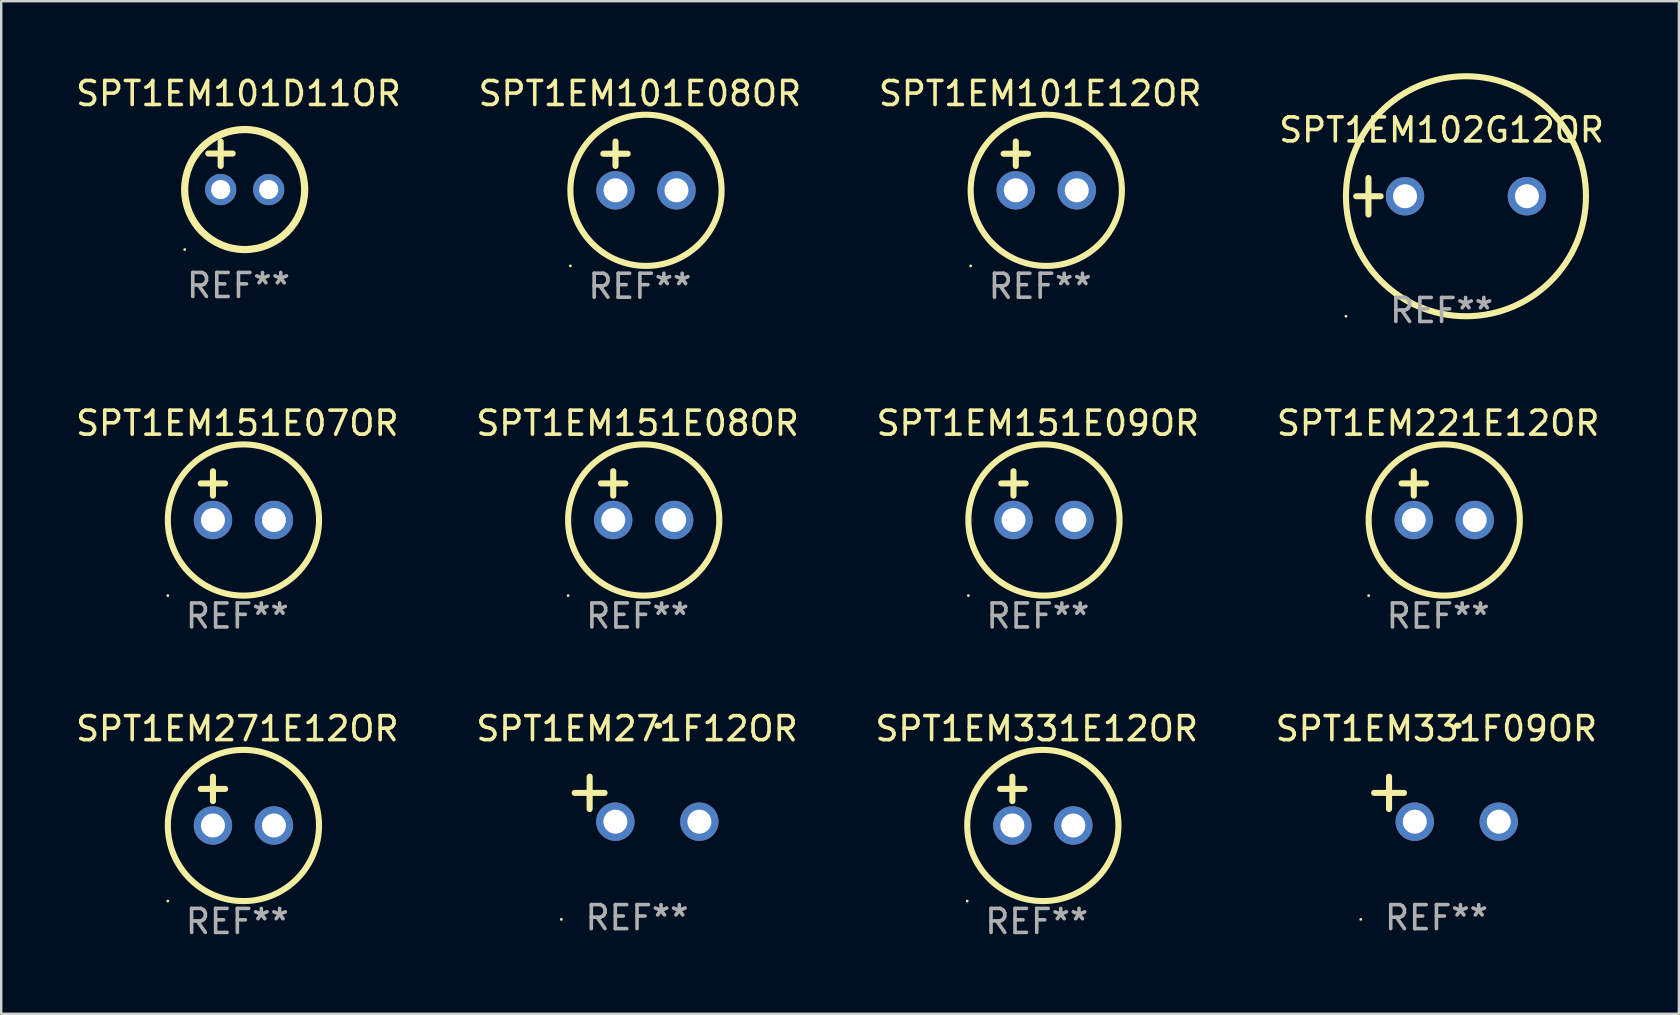
<source format=kicad_pcb>
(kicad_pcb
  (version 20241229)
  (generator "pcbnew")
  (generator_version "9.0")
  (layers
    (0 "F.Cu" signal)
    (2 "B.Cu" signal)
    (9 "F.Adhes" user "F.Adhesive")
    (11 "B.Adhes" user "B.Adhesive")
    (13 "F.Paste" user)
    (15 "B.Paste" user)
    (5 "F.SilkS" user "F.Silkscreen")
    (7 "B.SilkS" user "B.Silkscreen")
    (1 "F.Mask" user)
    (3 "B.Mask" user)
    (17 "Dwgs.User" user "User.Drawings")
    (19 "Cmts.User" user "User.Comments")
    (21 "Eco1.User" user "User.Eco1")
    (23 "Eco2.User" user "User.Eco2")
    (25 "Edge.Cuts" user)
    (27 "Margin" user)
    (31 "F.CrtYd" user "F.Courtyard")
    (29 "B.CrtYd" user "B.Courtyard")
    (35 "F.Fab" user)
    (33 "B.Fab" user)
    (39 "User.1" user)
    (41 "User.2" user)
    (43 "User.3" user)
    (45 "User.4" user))
  (footprint "SPT1EM101D11OR"
    (layer "F.Cu")
    (at 6.887 3.848)
    (property "Reference" "SPT1EM101D11OR" (at 0 -3 0) (layer "F.SilkS") (effects (font (size 1 1) (thickness 0.15))))
    (attr through_hole)
    (fp_line (start -1.258 -0.5) (end -0.242 -0.5) (stroke (width 0.254) (type solid)) (layer "F.SilkS"))
    (fp_line (start -0.742 -1) (end -0.742 0.016) (stroke (width 0.254) (type solid)) (layer "F.SilkS"))
    (fp_circle (center -2.242 3.5) (end -2.212 3.5) (stroke (width 0.06) (type solid)) (fill no) (layer "F.SilkS"))
    (fp_circle (center 0.258 1) (end 2.758 1) (stroke (width 0.3) (type solid)) (fill no) (layer "F.SilkS"))
    (fp_text user "REF**" (at 0 5 0) (layer "F.Fab") (effects (font (size 1 1) (thickness 0.15))))
    (pad "1" thru_hole circle (at -0.742 1) (size 1.3 1.3) (drill 0.8) (layers "*.Cu" "*.Mask"))
    (pad "2" thru_hole circle (at 1.258 1) (size 1.3 1.3) (drill 0.8) (layers "*.Cu" "*.Mask")))
  (footprint "SPT1EM101E12OR"
    (layer "F.Cu")
    (at 40.292 3.864)
    (property "Reference" "SPT1EM101E12OR" (at 0 -3.016 0) (layer "F.SilkS") (effects (font (size 1 1) (thickness 0.15))))
    (attr through_hole)
    (fp_line (start -1.524 -0.508) (end -0.508 -0.508) (stroke (width 0.254) (type solid)) (layer "F.SilkS"))
    (fp_line (start -1.016 -1.016) (end -1.016 0) (stroke (width 0.254) (type solid)) (layer "F.SilkS"))
    (fp_circle (center -2.896 4.166) (end -2.866 4.166) (stroke (width 0.06) (type solid)) (fill no) (layer "F.SilkS"))
    (fp_circle (center 0.254 1.016) (end 3.404 1.016) (stroke (width 0.254) (type solid)) (fill no) (layer "F.SilkS"))
    (fp_text user "REF**" (at 0 5.016 0) (layer "F.Fab") (effects (font (size 1 1) (thickness 0.15))))
    (pad "1" thru_hole circle (at -1.016 1.016) (size 1.6 1.6) (drill 1) (layers "*.Cu" "*.Mask"))
    (pad "2" thru_hole circle (at 1.524 1.016) (size 1.6 1.6) (drill 1) (layers "*.Cu" "*.Mask")))
  (footprint "SPT1EM271F12OR"
    (layer "F.Cu")
    (at 23.494 30.251)
    (property "Reference" "SPT1EM271F12OR" (at 0 -2.937 0) (layer "F.SilkS") (effects (font (size 1 1) (thickness 0.15))))
    (attr through_hole)
    (fp_line (start -1.975 0.41) (end -1.975 -0.937) (stroke (width 0.254) (type solid)) (layer "F.SilkS"))
    (fp_line (start -1.353 -0.263) (end -2.597 -0.263) (stroke (width 0.254) (type solid)) (layer "F.SilkS"))
    (fp_arc (start 0.849809 -3.063957) (mid 0.885369 -3.064114) (end 0.920929 -3.063957) (stroke (width 0.254001) (type solid)) (layer "F.SilkS"))
    (fp_circle (center -3.154 5.008) (end -3.124 5.008) (stroke (width 0.06) (type solid)) (fill no) (layer "F.SilkS"))
    (fp_text user "REF**" (at 0 4.937 0) (layer "F.Fab") (effects (font (size 1 1) (thickness 0.15))))
    (pad "1" thru_hole circle (at -0.903 0.937) (size 1.6 1.6) (drill 1) (layers "*.Cu" "*.Mask"))
    (pad "2" thru_hole circle (at 2.597 0.937) (size 1.6 1.6) (drill 1) (layers "*.Cu" "*.Mask")))
  (footprint "SPT1EM331E12OR"
    (layer "F.Cu")
    (at 40.149 30.33)
    (property "Reference" "SPT1EM331E12OR" (at 0 -3.016 0) (layer "F.SilkS") (effects (font (size 1 1) (thickness 0.15))))
    (attr through_hole)
    (fp_line (start -1.524 -0.508) (end -0.508 -0.508) (stroke (width 0.254) (type solid)) (layer "F.SilkS"))
    (fp_line (start -1.016 -1.016) (end -1.016 0) (stroke (width 0.254) (type solid)) (layer "F.SilkS"))
    (fp_circle (center -2.896 4.166) (end -2.866 4.166) (stroke (width 0.06) (type solid)) (fill no) (layer "F.SilkS"))
    (fp_circle (center 0.254 1.016) (end 3.404 1.016) (stroke (width 0.254) (type solid)) (fill no) (layer "F.SilkS"))
    (fp_text user "REF**" (at 0 5.016 0) (layer "F.Fab") (effects (font (size 1 1) (thickness 0.15))))
    (pad "1" thru_hole circle (at -1.016 1.016) (size 1.6 1.6) (drill 1) (layers "*.Cu" "*.Mask"))
    (pad "2" thru_hole circle (at 1.524 1.016) (size 1.6 1.6) (drill 1) (layers "*.Cu" "*.Mask")))
  (footprint "SPT1EM331F09OR"
    (layer "F.Cu")
    (at 56.804 30.251)
    (property "Reference" "SPT1EM331F09OR" (at 0 -2.937 0) (layer "F.SilkS") (effects (font (size 1 1) (thickness 0.15))))
    (attr through_hole)
    (fp_line (start -1.975 0.41) (end -1.975 -0.937) (stroke (width 0.254) (type solid)) (layer "F.SilkS"))
    (fp_line (start -1.353 -0.263) (end -2.597 -0.263) (stroke (width 0.254) (type solid)) (layer "F.SilkS"))
    (fp_arc (start 0.849809 -3.063957) (mid 0.885369 -3.064114) (end 0.920929 -3.063957) (stroke (width 0.254001) (type solid)) (layer "F.SilkS"))
    (fp_circle (center -3.154 5.008) (end -3.124 5.008) (stroke (width 0.06) (type solid)) (fill no) (layer "F.SilkS"))
    (fp_text user "REF**" (at 0 4.937 0) (layer "F.Fab") (effects (font (size 1 1) (thickness 0.15))))
    (pad "1" thru_hole circle (at -0.903 0.937) (size 1.6 1.6) (drill 1) (layers "*.Cu" "*.Mask"))
    (pad "2" thru_hole circle (at 2.597 0.937) (size 1.6 1.6) (drill 1) (layers "*.Cu" "*.Mask")))
  (footprint "SPT1EM151E07OR"
    (layer "F.Cu")
    (at 6.839 17.602)
    (property "Reference" "SPT1EM151E07OR" (at 0 -3.016 0) (layer "F.SilkS") (effects (font (size 1 1) (thickness 0.15))))
    (attr through_hole)
    (fp_line (start -1.524 -0.508) (end -0.508 -0.508) (stroke (width 0.254) (type solid)) (layer "F.SilkS"))
    (fp_line (start -1.016 -1.016) (end -1.016 0) (stroke (width 0.254) (type solid)) (layer "F.SilkS"))
    (fp_circle (center -2.896 4.166) (end -2.866 4.166) (stroke (width 0.06) (type solid)) (fill no) (layer "F.SilkS"))
    (fp_circle (center 0.254 1.016) (end 3.404 1.016) (stroke (width 0.254) (type solid)) (fill no) (layer "F.SilkS"))
    (fp_text user "REF**" (at 0 5.016 0) (layer "F.Fab") (effects (font (size 1 1) (thickness 0.15))))
    (pad "1" thru_hole circle (at -1.016 1.016) (size 1.6 1.6) (drill 1) (layers "*.Cu" "*.Mask"))
    (pad "2" thru_hole circle (at 1.524 1.016) (size 1.6 1.6) (drill 1) (layers "*.Cu" "*.Mask")))
  (footprint "SPT1EM101E08OR"
    (layer "F.Cu")
    (at 23.613 3.864)
    (property "Reference" "SPT1EM101E08OR" (at 0 -3.016 0) (layer "F.SilkS") (effects (font (size 1 1) (thickness 0.15))))
    (attr through_hole)
    (fp_line (start -1.524 -0.508) (end -0.508 -0.508) (stroke (width 0.254) (type solid)) (layer "F.SilkS"))
    (fp_line (start -1.016 -1.016) (end -1.016 0) (stroke (width 0.254) (type solid)) (layer "F.SilkS"))
    (fp_circle (center -2.896 4.166) (end -2.866 4.166) (stroke (width 0.06) (type solid)) (fill no) (layer "F.SilkS"))
    (fp_circle (center 0.254 1.016) (end 3.404 1.016) (stroke (width 0.254) (type solid)) (fill no) (layer "F.SilkS"))
    (fp_text user "REF**" (at 0 5.016 0) (layer "F.Fab") (effects (font (size 1 1) (thickness 0.15))))
    (pad "1" thru_hole circle (at -1.016 1.016) (size 1.6 1.6) (drill 1) (layers "*.Cu" "*.Mask"))
    (pad "2" thru_hole circle (at 1.524 1.016) (size 1.6 1.6) (drill 1) (layers "*.Cu" "*.Mask")))
  (footprint "SPT1EM151E09OR"
    (layer "F.Cu")
    (at 40.196 17.602)
    (property "Reference" "SPT1EM151E09OR" (at 0 -3.016 0) (layer "F.SilkS") (effects (font (size 1 1) (thickness 0.15))))
    (attr through_hole)
    (fp_line (start -1.524 -0.508) (end -0.508 -0.508) (stroke (width 0.254) (type solid)) (layer "F.SilkS"))
    (fp_line (start -1.016 -1.016) (end -1.016 0) (stroke (width 0.254) (type solid)) (layer "F.SilkS"))
    (fp_circle (center -2.896 4.166) (end -2.866 4.166) (stroke (width 0.06) (type solid)) (fill no) (layer "F.SilkS"))
    (fp_circle (center 0.254 1.016) (end 3.404 1.016) (stroke (width 0.254) (type solid)) (fill no) (layer "F.SilkS"))
    (fp_text user "REF**" (at 0 5.016 0) (layer "F.Fab") (effects (font (size 1 1) (thickness 0.15))))
    (pad "1" thru_hole circle (at -1.016 1.016) (size 1.6 1.6) (drill 1) (layers "*.Cu" "*.Mask"))
    (pad "2" thru_hole circle (at 1.524 1.016) (size 1.6 1.6) (drill 1) (layers "*.Cu" "*.Mask")))
  (footprint "SPT1EM271E12OR"
    (layer "F.Cu")
    (at 6.839 30.33)
    (property "Reference" "SPT1EM271E12OR" (at 0 -3.016 0) (layer "F.SilkS") (effects (font (size 1 1) (thickness 0.15))))
    (attr through_hole)
    (fp_line (start -1.524 -0.508) (end -0.508 -0.508) (stroke (width 0.254) (type solid)) (layer "F.SilkS"))
    (fp_line (start -1.016 -1.016) (end -1.016 0) (stroke (width 0.254) (type solid)) (layer "F.SilkS"))
    (fp_circle (center -2.896 4.166) (end -2.866 4.166) (stroke (width 0.06) (type solid)) (fill no) (layer "F.SilkS"))
    (fp_circle (center 0.254 1.016) (end 3.404 1.016) (stroke (width 0.254) (type solid)) (fill no) (layer "F.SilkS"))
    (fp_text user "REF**" (at 0 5.016 0) (layer "F.Fab") (effects (font (size 1 1) (thickness 0.15))))
    (pad "1" thru_hole circle (at -1.016 1.016) (size 1.6 1.6) (drill 1) (layers "*.Cu" "*.Mask"))
    (pad "2" thru_hole circle (at 1.524 1.016) (size 1.6 1.6) (drill 1) (layers "*.Cu" "*.Mask")))
  (footprint "SPT1EM102G12OR"
    (layer "F.Cu")
    (at 57.018 5.127)
    (property "Reference" "SPT1EM102G12OR" (at 0 -2.762 0) (layer "F.SilkS") (effects (font (size 1 1) (thickness 0.15))))
    (attr through_hole)
    (fp_line (start -3.556 0) (end -2.54 0) (stroke (width 0.254) (type solid)) (layer "F.SilkS"))
    (fp_line (start -3.048 -0.762) (end -3.048 0.762) (stroke (width 0.254) (type solid)) (layer "F.SilkS"))
    (fp_circle (center -3.984 5) (end -3.954 5) (stroke (width 0.06) (type solid)) (fill no) (layer "F.SilkS"))
    (fp_circle (center 1.016 0) (end 6.016 0) (stroke (width 0.254) (type solid)) (fill no) (layer "F.SilkS"))
    (fp_text user "REF**" (at 0 4.762 0) (layer "F.Fab") (effects (font (size 1 1) (thickness 0.15))))
    (pad "1" thru_hole circle (at -1.524 0) (size 1.6 1.6) (drill 1) (layers "*.Cu" "*.Mask"))
    (pad "2" thru_hole circle (at 3.556 0) (size 1.6 1.6) (drill 1) (layers "*.Cu" "*.Mask")))
  (footprint "SPT1EM221E12OR"
    (layer "F.Cu")
    (at 56.875 17.602)
    (property "Reference" "SPT1EM221E12OR" (at 0 -3.016 0) (layer "F.SilkS") (effects (font (size 1 1) (thickness 0.15))))
    (attr through_hole)
    (fp_line (start -1.524 -0.508) (end -0.508 -0.508) (stroke (width 0.254) (type solid)) (layer "F.SilkS"))
    (fp_line (start -1.016 -1.016) (end -1.016 0) (stroke (width 0.254) (type solid)) (layer "F.SilkS"))
    (fp_circle (center -2.896 4.166) (end -2.866 4.166) (stroke (width 0.06) (type solid)) (fill no) (layer "F.SilkS"))
    (fp_circle (center 0.254 1.016) (end 3.404 1.016) (stroke (width 0.254) (type solid)) (fill no) (layer "F.SilkS"))
    (fp_text user "REF**" (at 0 5.016 0) (layer "F.Fab") (effects (font (size 1 1) (thickness 0.15))))
    (pad "1" thru_hole circle (at -1.016 1.016) (size 1.6 1.6) (drill 1) (layers "*.Cu" "*.Mask"))
    (pad "2" thru_hole circle (at 1.524 1.016) (size 1.6 1.6) (drill 1) (layers "*.Cu" "*.Mask")))
  (footprint "SPT1EM151E08OR"
    (layer "F.Cu")
    (at 23.518 17.602)
    (property "Reference" "SPT1EM151E08OR" (at 0 -3.016 0) (layer "F.SilkS") (effects (font (size 1 1) (thickness 0.15))))
    (attr through_hole)
    (fp_line (start -1.524 -0.508) (end -0.508 -0.508) (stroke (width 0.254) (type solid)) (layer "F.SilkS"))
    (fp_line (start -1.016 -1.016) (end -1.016 0) (stroke (width 0.254) (type solid)) (layer "F.SilkS"))
    (fp_circle (center -2.896 4.166) (end -2.866 4.166) (stroke (width 0.06) (type solid)) (fill no) (layer "F.SilkS"))
    (fp_circle (center 0.254 1.016) (end 3.404 1.016) (stroke (width 0.254) (type solid)) (fill no) (layer "F.SilkS"))
    (fp_text user "REF**" (at 0 5.016 0) (layer "F.Fab") (effects (font (size 1 1) (thickness 0.15))))
    (pad "1" thru_hole circle (at -1.016 1.016) (size 1.6 1.6) (drill 1) (layers "*.Cu" "*.Mask"))
    (pad "2" thru_hole circle (at 1.524 1.016) (size 1.6 1.6) (drill 1) (layers "*.Cu" "*.Mask")))
  (gr_rect
    (start -3 -3)
    (end 66.905 39.194)
    (stroke (width 0.1) (type default))
    (fill no)
    (layer "Edge.Cuts")))
</source>
